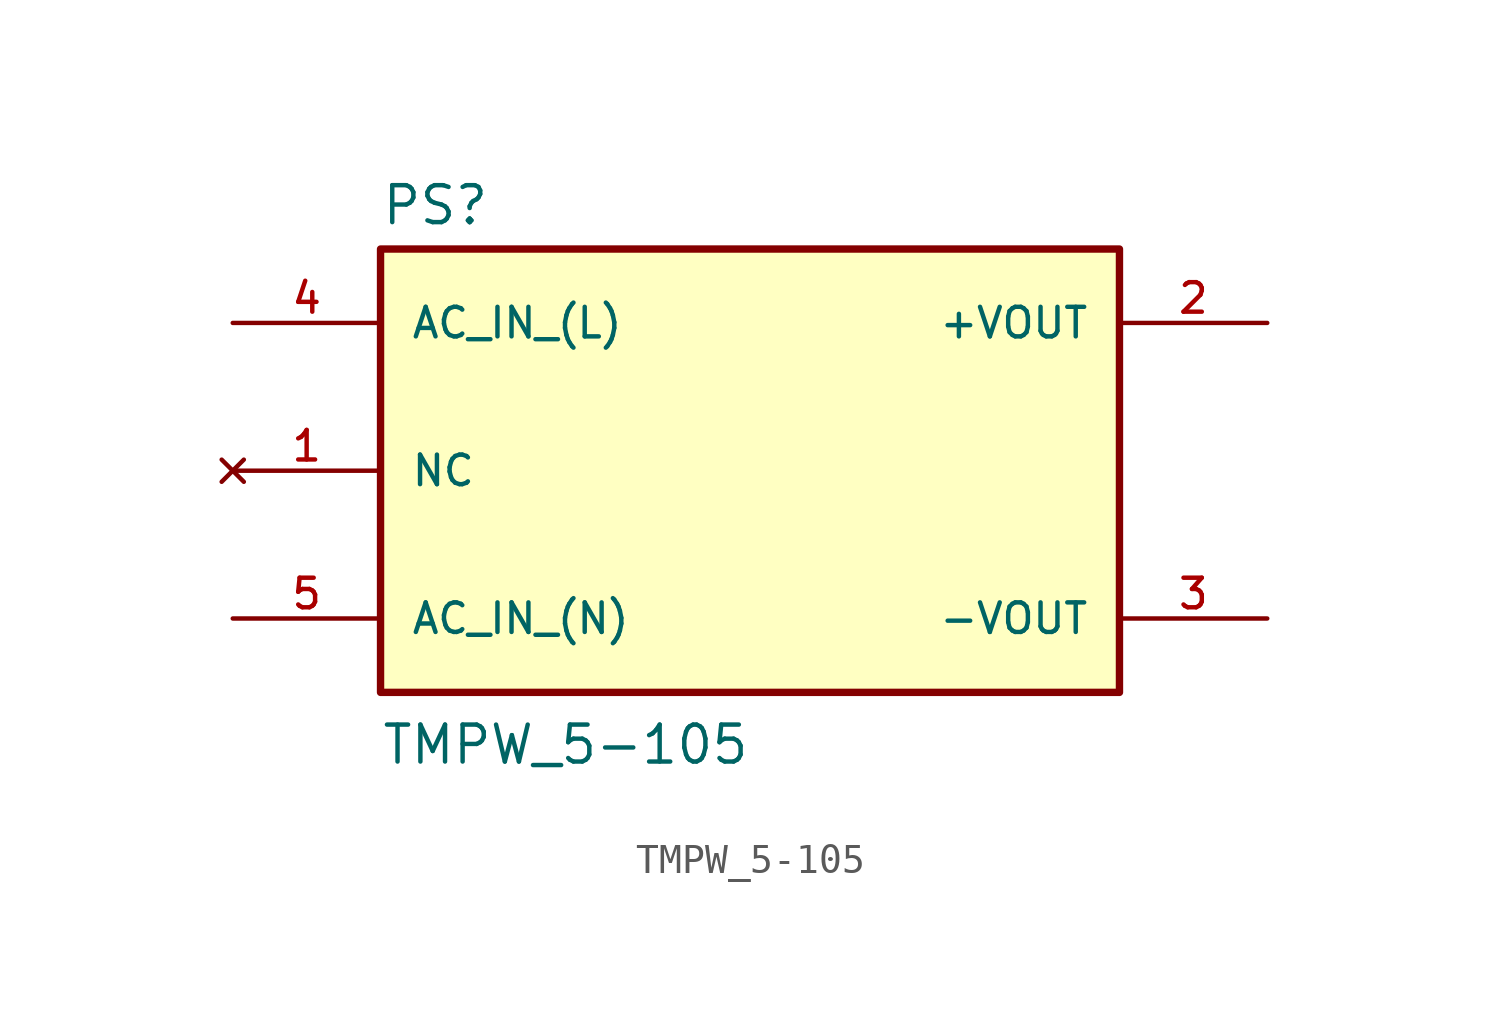
<source format=kicad_sym>
(kicad_symbol_lib
  (version 20211014)
  (generator kicad_symbol_editor)
  (symbol "TMPW_5-105"
    (pin_names
      (offset 1.016))
    (property "Reference" "PS"
      (at -12.7 8.382 0)
      (effects (font (size 1.27 1.27)) (justify bottom left)))
    (property "Value" "TMPW_5-105"
      (at -12.7 -10.16 0)
      (effects (font (size 1.27 1.27)) (justify bottom left)))
    (symbol "TMPW_5-105_0_0"
      (rectangle (start -12.7 -7.62) (end 12.7 7.62) (stroke (width 0.254)) (fill (type background)))
      (pin input line (at -17.78 -5.08 0) (length 5.08) (name "AC_IN_(N)" (effects (font (size 1.016 1.016)))) (number "5" (effects (font (size 1.016 1.016)))))
      (pin input line (at -17.78 5.08 0) (length 5.08) (name "AC_IN_(L)" (effects (font (size 1.016 1.016)))) (number "4" (effects (font (size 1.016 1.016)))))
      (pin output line (at 17.78 5.08 180.0) (length 5.08) (name "+VOUT" (effects (font (size 1.016 1.016)))) (number "2" (effects (font (size 1.016 1.016)))))
      (pin output line (at 17.78 -5.08 180.0) (length 5.08) (name "-VOUT" (effects (font (size 1.016 1.016)))) (number "3" (effects (font (size 1.016 1.016)))))
      (pin no_connect line (at -17.78 0.0 0) (length 5.08) (name "NC" (effects (font (size 1.016 1.016)))) (number "1" (effects (font (size 1.016 1.016))))))))
</source>
